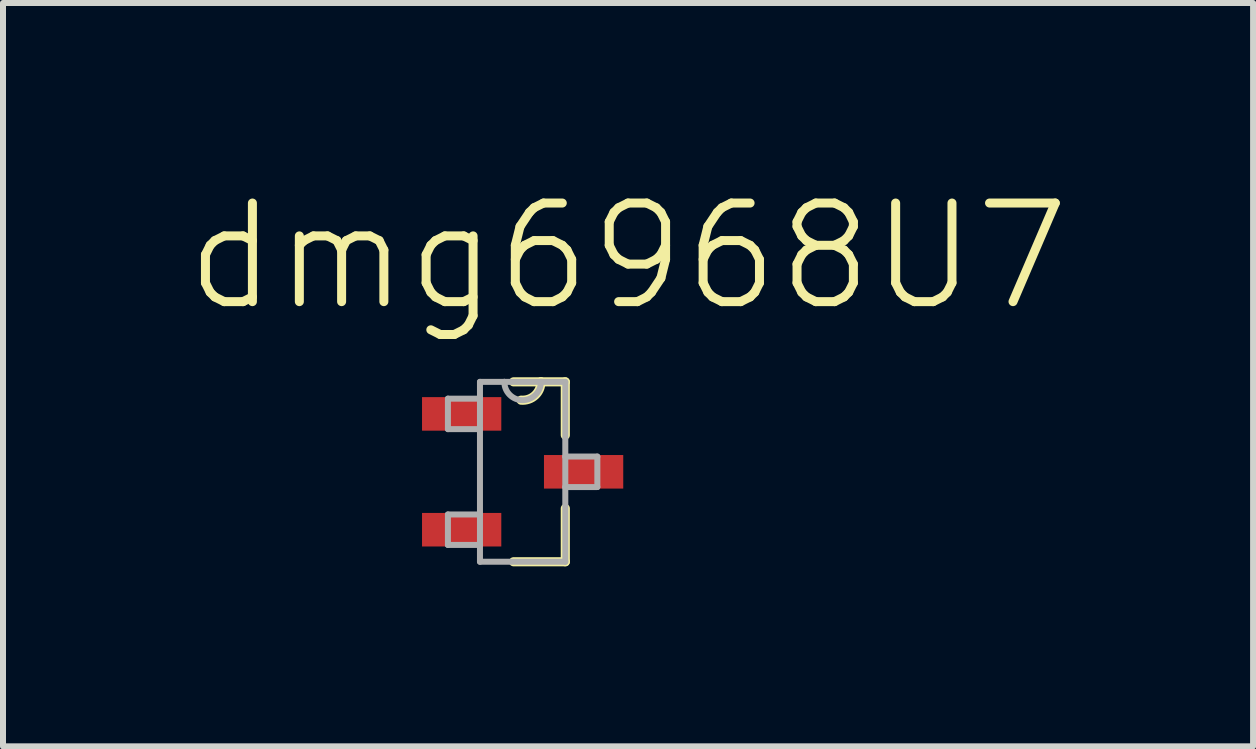
<source format=kicad_pcb>
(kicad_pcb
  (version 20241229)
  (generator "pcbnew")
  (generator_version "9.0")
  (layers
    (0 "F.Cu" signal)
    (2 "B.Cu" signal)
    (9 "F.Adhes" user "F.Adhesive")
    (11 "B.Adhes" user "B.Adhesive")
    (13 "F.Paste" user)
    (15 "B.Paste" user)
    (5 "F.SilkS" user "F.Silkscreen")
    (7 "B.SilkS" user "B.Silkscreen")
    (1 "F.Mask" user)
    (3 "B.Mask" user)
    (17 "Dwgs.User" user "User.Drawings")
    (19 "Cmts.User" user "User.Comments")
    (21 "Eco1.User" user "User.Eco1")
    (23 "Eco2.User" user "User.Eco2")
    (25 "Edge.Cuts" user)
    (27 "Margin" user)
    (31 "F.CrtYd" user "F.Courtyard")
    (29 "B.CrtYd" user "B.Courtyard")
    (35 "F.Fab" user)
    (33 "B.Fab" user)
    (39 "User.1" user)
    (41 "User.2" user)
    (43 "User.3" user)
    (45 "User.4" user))
  (footprint "dmg6968U7"
    (layer "F.Cu")
    (at 5.659 4.812)
    (property "Reference" "dmg6968U7" (at 1.756 -3.588 0) (layer "F.SilkS") (effects (font (size 1.643 1.643) (thickness 0.15))))
    (attr smd)
    (fp_line (start -0.152 1.499) (end 0.711 1.499) (stroke (width 0.152) (type solid)) (layer "F.SilkS"))
    (fp_line (start 0.305 -1.499) (end -0.152 -1.499) (stroke (width 0.152) (type solid)) (layer "F.SilkS"))
    (fp_line (start 0.711 -1.499) (end 0.305 -1.499) (stroke (width 0.152) (type solid)) (layer "F.SilkS"))
    (fp_line (start 0.711 -0.61) (end 0.711 -1.499) (stroke (width 0.152) (type solid)) (layer "F.SilkS"))
    (fp_line (start 0.711 1.499) (end 0.711 0.61) (stroke (width 0.152) (type solid)) (layer "F.SilkS"))
    (fp_arc (start 0.3048 -1.4986) (mid 0.206758 -1.273554) (end -0.0254 -1.1938) (stroke (width 0.1524) (type solid)) (layer "F.SilkS"))
    (fp_line (start -1.245 -1.219) (end -1.245 -0.711) (stroke (width 0.1) (type solid)) (layer "F.Fab"))
    (fp_line (start -1.245 -0.711) (end -0.711 -0.711) (stroke (width 0.1) (type solid)) (layer "F.Fab"))
    (fp_line (start -1.245 0.711) (end -1.245 1.219) (stroke (width 0.1) (type solid)) (layer "F.Fab"))
    (fp_line (start -1.245 1.219) (end -0.711 1.219) (stroke (width 0.1) (type solid)) (layer "F.Fab"))
    (fp_line (start -0.711 -1.499) (end -0.711 -1.219) (stroke (width 0.1) (type solid)) (layer "F.Fab"))
    (fp_line (start -0.711 -1.219) (end -1.245 -1.219) (stroke (width 0.1) (type solid)) (layer "F.Fab"))
    (fp_line (start -0.711 -1.219) (end -0.711 -0.711) (stroke (width 0.1) (type solid)) (layer "F.Fab"))
    (fp_line (start -0.711 -0.711) (end -0.711 0.711) (stroke (width 0.1) (type solid)) (layer "F.Fab"))
    (fp_line (start -0.711 0.711) (end -1.245 0.711) (stroke (width 0.1) (type solid)) (layer "F.Fab"))
    (fp_line (start -0.711 1.219) (end -0.711 0.711) (stroke (width 0.1) (type solid)) (layer "F.Fab"))
    (fp_line (start -0.711 1.499) (end -0.711 1.219) (stroke (width 0.1) (type solid)) (layer "F.Fab"))
    (fp_line (start -0.711 1.499) (end 0.711 1.499) (stroke (width 0.1) (type solid)) (layer "F.Fab"))
    (fp_line (start -0.305 -1.499) (end -0.711 -1.499) (stroke (width 0.1) (type solid)) (layer "F.Fab"))
    (fp_line (start 0.305 -1.499) (end -0.305 -1.499) (stroke (width 0.1) (type solid)) (layer "F.Fab"))
    (fp_line (start 0.711 -1.499) (end 0.305 -1.499) (stroke (width 0.1) (type solid)) (layer "F.Fab"))
    (fp_line (start 0.711 -0.254) (end 0.711 -1.499) (stroke (width 0.1) (type solid)) (layer "F.Fab"))
    (fp_line (start 0.711 0.254) (end 0.711 -0.254) (stroke (width 0.1) (type solid)) (layer "F.Fab"))
    (fp_line (start 0.711 0.254) (end 1.245 0.254) (stroke (width 0.1) (type solid)) (layer "F.Fab"))
    (fp_line (start 0.711 1.499) (end 0.711 0.254) (stroke (width 0.1) (type solid)) (layer "F.Fab"))
    (fp_line (start 1.245 -0.254) (end 0.711 -0.254) (stroke (width 0.1) (type solid)) (layer "F.Fab"))
    (fp_line (start 1.245 0.254) (end 1.245 -0.254) (stroke (width 0.1) (type solid)) (layer "F.Fab"))
    (fp_arc (start 0.3048 -1.4986) (mid 0 -1.1938) (end -0.3048 -1.4986) (stroke (width 0.1) (type solid)) (layer "F.Fab"))
    (pad "1" smd rect (at -1.016 -0.965) (size 1.321 0.559) (layers "F.Cu" "F.Mask" "F.Paste"))
    (pad "2" smd rect (at -1.016 0.965) (size 1.321 0.559) (layers "F.Cu" "F.Mask" "F.Paste"))
    (pad "3" smd rect (at 1.016 0) (size 1.321 0.559) (layers "F.Cu" "F.Mask" "F.Paste")))
  (gr_rect
    (start -3 -3)
    (end 17.831 9.387)
    (stroke (width 0.1) (type default))
    (fill no)
    (layer "Edge.Cuts")))
</source>
